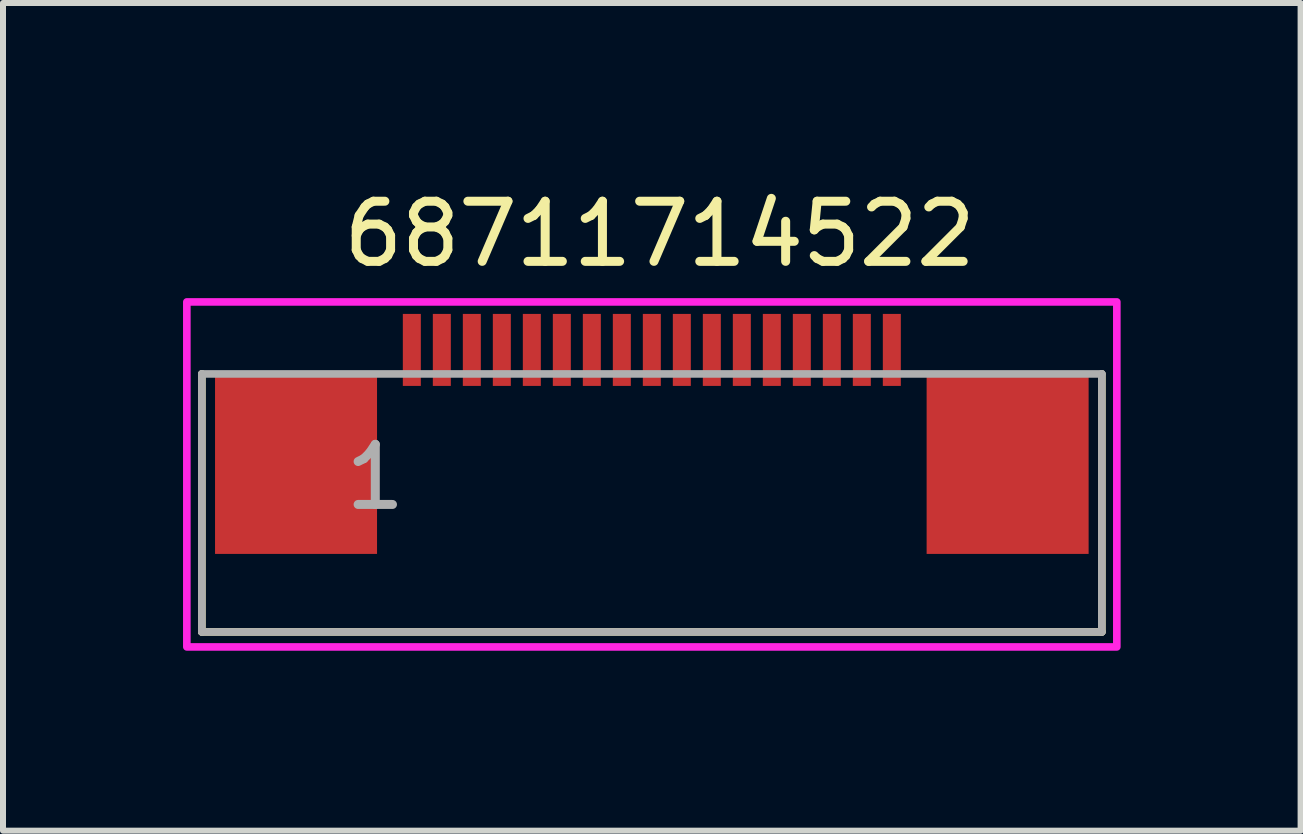
<source format=kicad_pcb>
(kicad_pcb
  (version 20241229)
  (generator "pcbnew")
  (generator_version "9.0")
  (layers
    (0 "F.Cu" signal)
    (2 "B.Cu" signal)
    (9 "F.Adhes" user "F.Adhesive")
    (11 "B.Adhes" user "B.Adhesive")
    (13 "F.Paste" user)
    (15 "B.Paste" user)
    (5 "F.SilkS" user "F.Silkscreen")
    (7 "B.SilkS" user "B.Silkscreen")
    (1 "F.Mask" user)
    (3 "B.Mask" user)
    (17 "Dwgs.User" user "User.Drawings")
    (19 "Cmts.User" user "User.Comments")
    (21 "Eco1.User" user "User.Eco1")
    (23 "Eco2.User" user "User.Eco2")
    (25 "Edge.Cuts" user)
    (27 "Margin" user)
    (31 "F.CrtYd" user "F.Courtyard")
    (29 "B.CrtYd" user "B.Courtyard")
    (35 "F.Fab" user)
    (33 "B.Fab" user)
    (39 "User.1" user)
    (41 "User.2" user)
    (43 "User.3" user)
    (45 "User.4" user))
  (footprint "68711714522"
    (layer "F.Cu")
    (at 7.814 4.682)
    (property "Reference" "68711714522" (at 0.131 -3.832 0) (layer "F.SilkS") (effects (font (size 1.002 1.002) (thickness 0.15))))
    (attr smd)
    (fp_line (start -7.5 -1.5) (end -7.5 2.8) (stroke (width 0.127) (type solid)) (layer "F.SilkS"))
    (fp_line (start -7.5 2.8) (end 7.5 2.8) (stroke (width 0.127) (type solid)) (layer "F.SilkS"))
    (fp_line (start 7.5 2.8) (end 7.5 -1.5) (stroke (width 0.127) (type solid)) (layer "F.SilkS"))
    (fp_poly (pts (xy -7.75 -2.7) (xy 7.75 -2.7) (xy 7.75 3.05) (xy -7.75 3.05)) (stroke (width 0.127) (type solid)) (fill no) (layer "F.CrtYd"))
    (fp_line (start -7.5 -1.5) (end 7.5 -1.5) (stroke (width 0.127) (type solid)) (layer "F.Fab"))
    (fp_line (start -7.5 2.8) (end -7.5 -1.5) (stroke (width 0.127) (type solid)) (layer "F.Fab"))
    (fp_line (start -7.5 2.8) (end 7.5 2.8) (stroke (width 0.127) (type solid)) (layer "F.Fab"))
    (fp_line (start 7.5 -1.5) (end 7.5 2.8) (stroke (width 0.127) (type solid)) (layer "F.Fab"))
    (fp_text user "1" (at -4.609 0.22 0) (layer "F.Fab") (effects (font (size 1.002 1.002) (thickness 0.15))))
    (pad "1" smd rect (at -4 -1.9) (size 0.3 1.2) (layers "F.Cu" "F.Mask" "F.Paste"))
    (pad "2" smd rect (at -3.5 -1.9) (size 0.3 1.2) (layers "F.Cu" "F.Mask" "F.Paste"))
    (pad "3" smd rect (at -3 -1.9) (size 0.3 1.2) (layers "F.Cu" "F.Mask" "F.Paste"))
    (pad "4" smd rect (at -2.5 -1.9) (size 0.3 1.2) (layers "F.Cu" "F.Mask" "F.Paste"))
    (pad "5" smd rect (at -2 -1.9) (size 0.3 1.2) (layers "F.Cu" "F.Mask" "F.Paste"))
    (pad "6" smd rect (at -1.5 -1.9) (size 0.3 1.2) (layers "F.Cu" "F.Mask" "F.Paste"))
    (pad "7" smd rect (at -1 -1.9) (size 0.3 1.2) (layers "F.Cu" "F.Mask" "F.Paste"))
    (pad "8" smd rect (at -0.5 -1.9) (size 0.3 1.2) (layers "F.Cu" "F.Mask" "F.Paste"))
    (pad "9" smd rect (at 0 -1.9) (size 0.3 1.2) (layers "F.Cu" "F.Mask" "F.Paste"))
    (pad "10" smd rect (at 0.5 -1.9) (size 0.3 1.2) (layers "F.Cu" "F.Mask" "F.Paste"))
    (pad "11" smd rect (at 1 -1.9) (size 0.3 1.2) (layers "F.Cu" "F.Mask" "F.Paste"))
    (pad "12" smd rect (at 1.5 -1.9) (size 0.3 1.2) (layers "F.Cu" "F.Mask" "F.Paste"))
    (pad "13" smd rect (at 2 -1.9) (size 0.3 1.2) (layers "F.Cu" "F.Mask" "F.Paste"))
    (pad "14" smd rect (at 2.5 -1.9) (size 0.3 1.2) (layers "F.Cu" "F.Mask" "F.Paste"))
    (pad "15" smd rect (at 3 -1.9) (size 0.3 1.2) (layers "F.Cu" "F.Mask" "F.Paste"))
    (pad "16" smd rect (at 3.5 -1.9) (size 0.3 1.2) (layers "F.Cu" "F.Mask" "F.Paste"))
    (pad "17" smd rect (at 4 -1.9) (size 0.3 1.2) (layers "F.Cu" "F.Mask" "F.Paste"))
    (pad "Z1" smd rect (at -5.93 0) (size 2.7 3) (layers "F.Cu" "F.Mask" "F.Paste"))
    (pad "Z2" smd rect (at 5.93 0) (size 2.7 3) (layers "F.Cu" "F.Mask" "F.Paste")))
  (gr_rect
    (start -3 -3)
    (end 18.627 10.795)
    (stroke (width 0.1) (type default))
    (fill no)
    (layer "Edge.Cuts")))
</source>
